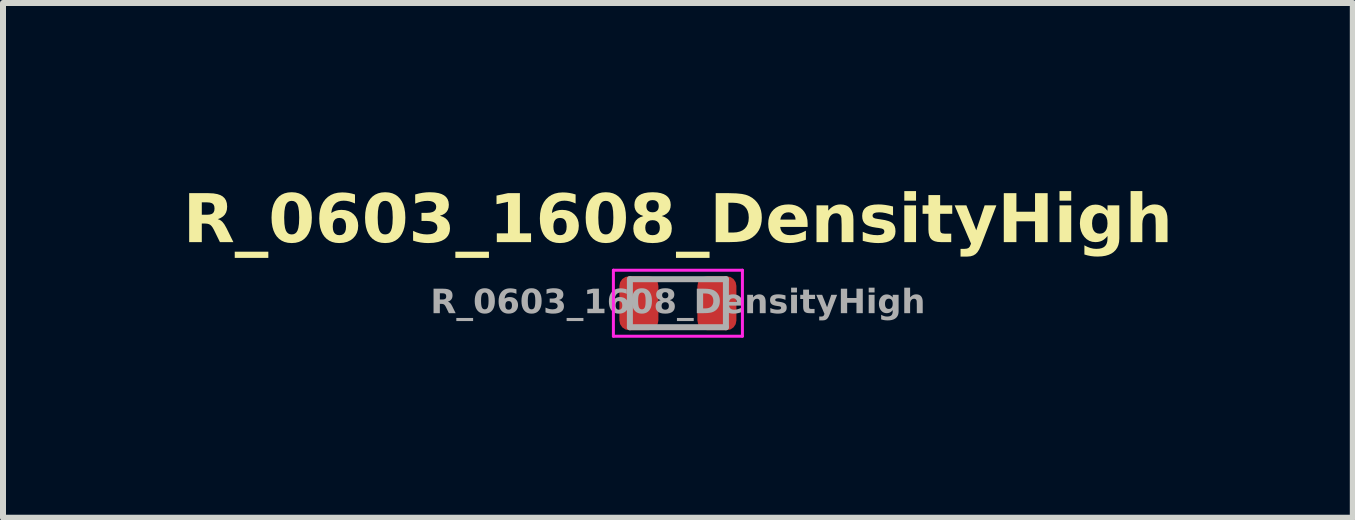
<source format=kicad_pcb>
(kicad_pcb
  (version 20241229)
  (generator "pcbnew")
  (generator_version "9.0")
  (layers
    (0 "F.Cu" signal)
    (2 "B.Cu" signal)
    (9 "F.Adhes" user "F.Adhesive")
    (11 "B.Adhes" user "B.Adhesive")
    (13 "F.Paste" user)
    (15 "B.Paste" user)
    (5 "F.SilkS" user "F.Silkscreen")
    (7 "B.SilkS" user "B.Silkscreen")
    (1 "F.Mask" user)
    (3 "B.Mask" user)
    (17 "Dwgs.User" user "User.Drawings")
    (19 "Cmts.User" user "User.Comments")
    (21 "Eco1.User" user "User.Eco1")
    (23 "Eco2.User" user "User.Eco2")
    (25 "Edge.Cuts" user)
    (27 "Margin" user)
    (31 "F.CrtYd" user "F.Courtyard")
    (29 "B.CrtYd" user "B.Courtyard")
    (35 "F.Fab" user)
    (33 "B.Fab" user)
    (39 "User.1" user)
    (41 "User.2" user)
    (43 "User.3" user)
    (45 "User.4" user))
  (footprint "R_0603_1608_DensityHigh"
    (layer "F.Cu")
    (at 8.247 2.003)
    (property "Reference" "R_0603_1608_DensityHigh" (at 0 -1.35 0) (layer "F.SilkS") (effects (font (face "JetBrains Mono SemiBold") (size 0.8 0.8) (thickness 0.1))))
    (attr smd)
    (fp_line (start -1.075 -0.55) (end 1.075 -0.55) (stroke (width 0.05) (type solid)) (layer "F.CrtYd"))
    (fp_line (start -1.075 0.55) (end -1.075 -0.55) (stroke (width 0.05) (type solid)) (layer "F.CrtYd"))
    (fp_line (start 1.075 -0.55) (end 1.075 0.55) (stroke (width 0.05) (type solid)) (layer "F.CrtYd"))
    (fp_line (start 1.075 0.55) (end -1.075 0.55) (stroke (width 0.05) (type solid)) (layer "F.CrtYd"))
    (fp_line (start -0.8 -0.4) (end 0.8 -0.4) (stroke (width 0.1) (type solid)) (layer "F.Fab"))
    (fp_line (start -0.8 0.4) (end -0.8 -0.4) (stroke (width 0.1) (type solid)) (layer "F.Fab"))
    (fp_line (start 0.8 -0.4) (end 0.8 0.4) (stroke (width 0.1) (type solid)) (layer "F.Fab"))
    (fp_line (start 0.8 0.4) (end -0.8 0.4) (stroke (width 0.1) (type solid)) (layer "F.Fab"))
    (fp_text user "${REFERENCE}" (at 0 0 0) (layer "F.Fab") (effects (font (face "JetBrains Mono SemiBold") (size 0.4 0.4) (thickness 0.06))))
    (pad "1" smd roundrect (at -0.65 0) (size 0.65 0.9) (layers "F.Cu" "F.Mask" "F.Paste") (roundrect_rratio 0.25))
    (pad "2" smd roundrect (at 0.65 0) (size 0.65 0.9) (layers "F.Cu" "F.Mask" "F.Paste") (roundrect_rratio 0.25)))
  (gr_rect
    (start -3 -3)
    (end 19.494 5.578)
    (stroke (width 0.1) (type default))
    (fill no)
    (layer "Edge.Cuts")))
</source>
